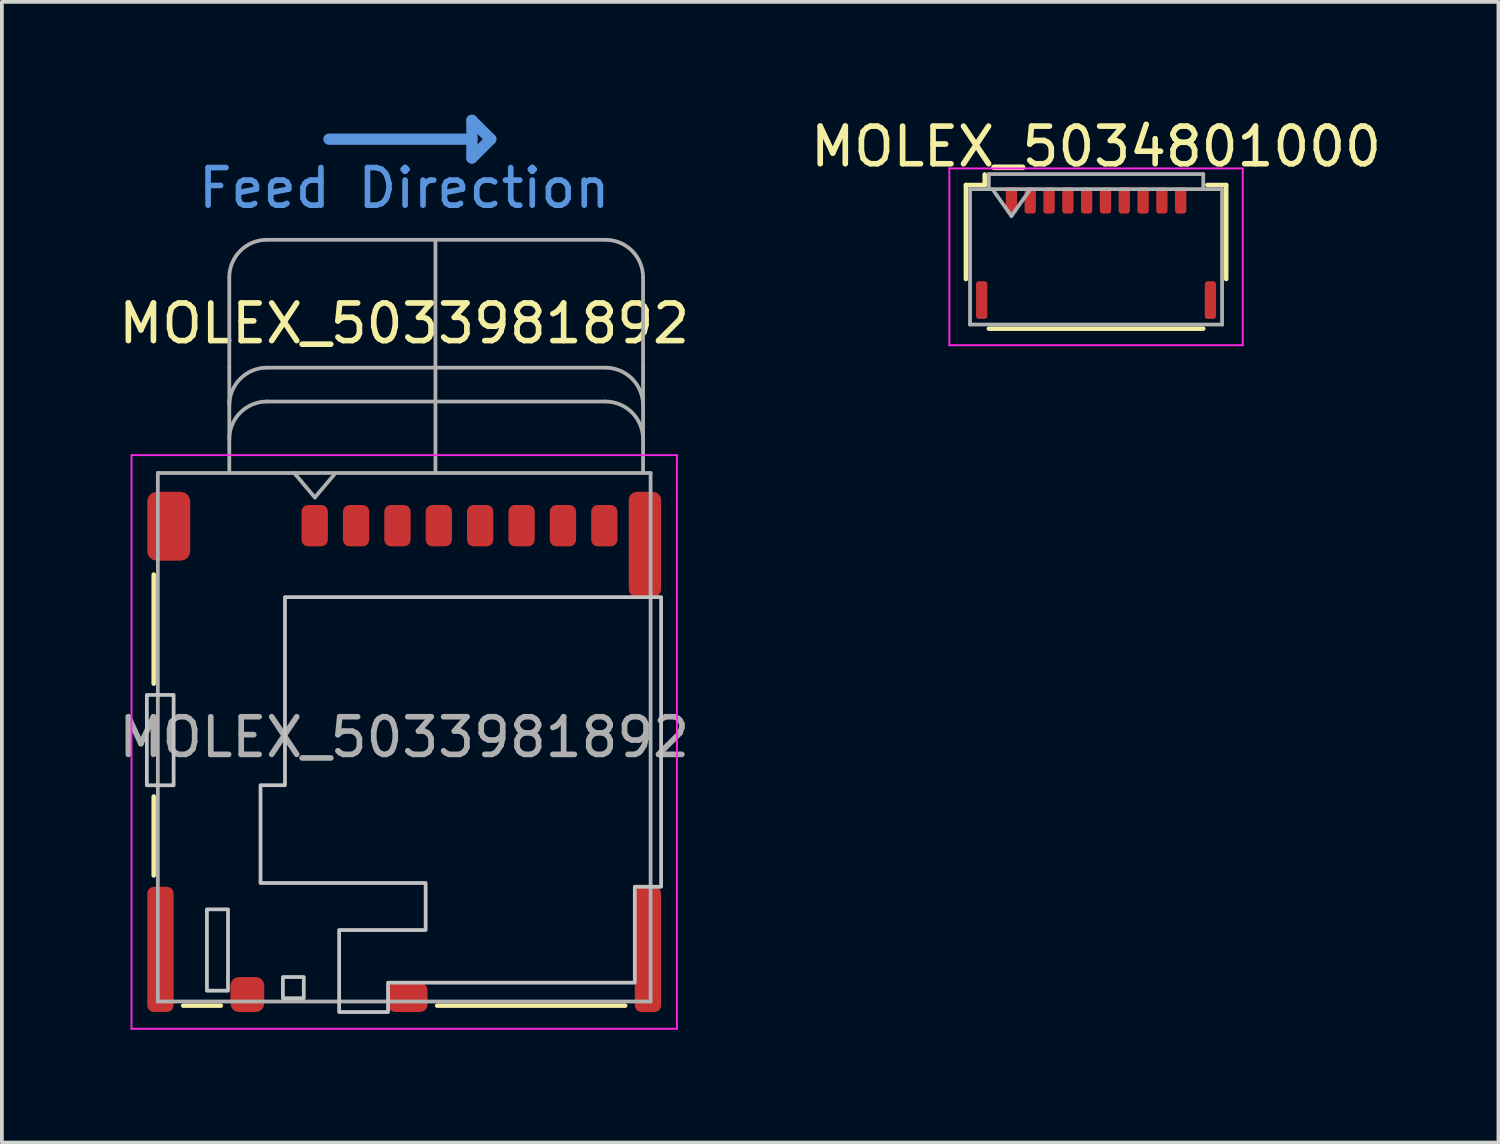
<source format=kicad_pcb>
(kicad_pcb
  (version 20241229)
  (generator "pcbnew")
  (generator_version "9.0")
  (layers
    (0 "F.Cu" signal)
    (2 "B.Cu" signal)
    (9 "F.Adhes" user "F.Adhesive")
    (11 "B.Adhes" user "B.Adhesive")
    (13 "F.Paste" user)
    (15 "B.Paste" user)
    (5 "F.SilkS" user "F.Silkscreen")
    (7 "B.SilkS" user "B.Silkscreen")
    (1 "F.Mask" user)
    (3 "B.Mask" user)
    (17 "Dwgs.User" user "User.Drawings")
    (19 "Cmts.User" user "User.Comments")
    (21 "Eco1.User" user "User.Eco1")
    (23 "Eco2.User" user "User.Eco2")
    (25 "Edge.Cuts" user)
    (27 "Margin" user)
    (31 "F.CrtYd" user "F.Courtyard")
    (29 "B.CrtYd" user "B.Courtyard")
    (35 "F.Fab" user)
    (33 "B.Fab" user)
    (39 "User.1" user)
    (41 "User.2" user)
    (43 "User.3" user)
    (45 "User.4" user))
  (footprint "MOLEX_5034801000"
    (layer "F.Cu")
    (at 26.089 3.778)
    (property "Reference" "MOLEX_5034801000" (at 0 -2.93 0) (unlocked yes) (layer "F.SilkS") (effects (font (size 1 1) (thickness 0.15))))
    (attr smd)
    (fp_line (start -3.46 -1.91) (end -3.46 0.59) (stroke (width 0.12) (type solid)) (layer "F.SilkS"))
    (fp_line (start -2.96 -1.91) (end -3.46 -1.91) (stroke (width 0.12) (type solid)) (layer "F.SilkS"))
    (fp_line (start -2.96 -1.91) (end -2.96 -2.19) (stroke (width 0.12) (type solid)) (layer "F.SilkS"))
    (fp_line (start -2.85 1.91) (end 2.85 1.91) (stroke (width 0.12) (type solid)) (layer "F.SilkS"))
    (fp_line (start 2.96 -1.91) (end 3.46 -1.91) (stroke (width 0.12) (type solid)) (layer "F.SilkS"))
    (fp_line (start 3.46 -1.91) (end 3.46 0.59) (stroke (width 0.12) (type solid)) (layer "F.SilkS"))
    (fp_line (start -3.9 -2.35) (end 3.9 -2.35) (stroke (width 0.05) (type solid)) (layer "F.CrtYd"))
    (fp_line (start -3.9 2.35) (end -3.9 -2.35) (stroke (width 0.05) (type solid)) (layer "F.CrtYd"))
    (fp_line (start -3.9 2.35) (end 3.9 2.35) (stroke (width 0.05) (type solid)) (layer "F.CrtYd"))
    (fp_line (start 3.9 2.35) (end 3.9 -2.35) (stroke (width 0.05) (type solid)) (layer "F.CrtYd"))
    (fp_line (start -3.35 -1.8) (end 3.35 -1.8) (stroke (width 0.1) (type solid)) (layer "F.Fab"))
    (fp_line (start -3.35 1.8) (end -3.35 -1.8) (stroke (width 0.1) (type solid)) (layer "F.Fab"))
    (fp_line (start -2.85 -2.2) (end 2.85 -2.2) (stroke (width 0.1) (type solid)) (layer "F.Fab"))
    (fp_line (start -2.85 -1.8) (end -2.85 -2.2) (stroke (width 0.1) (type solid)) (layer "F.Fab"))
    (fp_line (start -2.75 -1.794) (end -2.25 -1.086) (stroke (width 0.1) (type solid)) (layer "F.Fab"))
    (fp_line (start -2.25 -1.086) (end -1.75 -1.794) (stroke (width 0.1) (type solid)) (layer "F.Fab"))
    (fp_line (start 2.85 -2.2) (end 2.85 -1.8) (stroke (width 0.1) (type solid)) (layer "F.Fab"))
    (fp_line (start 3.35 -1.8) (end 3.35 1.8) (stroke (width 0.1) (type solid)) (layer "F.Fab"))
    (fp_line (start 3.35 1.8) (end -3.35 1.8) (stroke (width 0.1) (type solid)) (layer "F.Fab"))
    (pad "1" smd roundrect (at -2.25 -1.5) (size 0.3 0.7) (layers "F.Cu" "F.Mask" "F.Paste") (roundrect_rratio 0.25))
    (pad "2" smd roundrect (at -1.75 -1.5) (size 0.3 0.7) (layers "F.Cu" "F.Mask" "F.Paste") (roundrect_rratio 0.25))
    (pad "3" smd roundrect (at -1.25 -1.5) (size 0.3 0.7) (layers "F.Cu" "F.Mask" "F.Paste") (roundrect_rratio 0.25))
    (pad "4" smd roundrect (at -0.75 -1.5) (size 0.3 0.7) (layers "F.Cu" "F.Mask" "F.Paste") (roundrect_rratio 0.25))
    (pad "5" smd roundrect (at -0.25 -1.5) (size 0.3 0.7) (layers "F.Cu" "F.Mask" "F.Paste") (roundrect_rratio 0.25))
    (pad "6" smd roundrect (at 0.25 -1.5) (size 0.3 0.7) (layers "F.Cu" "F.Mask" "F.Paste") (roundrect_rratio 0.25))
    (pad "7" smd roundrect (at 0.75 -1.5) (size 0.3 0.7) (layers "F.Cu" "F.Mask" "F.Paste") (roundrect_rratio 0.25))
    (pad "8" smd roundrect (at 1.25 -1.5) (size 0.3 0.7) (layers "F.Cu" "F.Mask" "F.Paste") (roundrect_rratio 0.25))
    (pad "9" smd roundrect (at 1.75 -1.5) (size 0.3 0.7) (layers "F.Cu" "F.Mask" "F.Paste") (roundrect_rratio 0.25))
    (pad "10" smd roundrect (at 2.25 -1.5) (size 0.3 0.7) (layers "F.Cu" "F.Mask" "F.Paste") (roundrect_rratio 0.25))
    (pad "MP" smd roundrect (at -3.04 1.15) (size 0.3 1) (layers "F.Cu" "F.Mask" "F.Paste") (roundrect_rratio 0.25))
    (pad "MP" smd roundrect (at 3.04 1.15) (size 0.3 1) (layers "F.Cu" "F.Mask" "F.Paste") (roundrect_rratio 0.25)))
  (footprint "MOLEX_5033981892"
    (layer "F.Cu")
    (at 7.696 16.55)
    (property "Reference" "MOLEX_5033981892" (at 0 -11 0) (layer "F.SilkS") (effects (font (size 1 1) (thickness 0.15))))
    (attr smd)
    (fp_line (start -6.66 -4.325) (end -6.66 -1.425) (stroke (width 0.12) (type solid)) (layer "F.SilkS"))
    (fp_line (start -6.66 1.575) (end -6.66 3.675) (stroke (width 0.12) (type solid)) (layer "F.SilkS"))
    (fp_line (start -5.876 7.135) (end -4.875 7.135) (stroke (width 0.12) (type solid)) (layer "F.SilkS"))
    (fp_line (start 0.875 7.135) (end 5.875 7.135) (stroke (width 0.12) (type solid)) (layer "F.SilkS"))
    (fp_poly (pts (xy -6.842 -1.125) (xy -6.13 -1.125) (xy -6.13 1.277) (xy -6.842 1.277)) (stroke (width 0.1) (type solid)) (fill no) (layer "Dwgs.User"))
    (fp_poly (pts (xy -6.836 -1.125) (xy -6.13 -1.125) (xy -6.13 1.276) (xy -6.836 1.276)) (stroke (width 0.01) (type solid)) (fill no) (layer "Dwgs.User"))
    (fp_poly (pts (xy -5.245 4.575) (xy -4.685 4.575) (xy -4.685 6.738) (xy -5.245 6.738)) (stroke (width 0.1) (type solid)) (fill no) (layer "Dwgs.User"))
    (fp_poly (pts (xy -5.239 4.575) (xy -4.685 4.575) (xy -4.685 6.73) (xy -5.239 6.73)) (stroke (width 0.01) (type solid)) (fill no) (layer "Dwgs.User"))
    (fp_poly (pts (xy -3.225 6.375) (xy -2.67 6.375) (xy -2.67 6.937) (xy -3.225 6.937)) (stroke (width 0.1) (type solid)) (fill no) (layer "Dwgs.User"))
    (fp_poly (pts (xy -3.223 6.375) (xy -2.67 6.375) (xy -2.67 6.93) (xy -3.223 6.93)) (stroke (width 0.01) (type solid)) (fill no) (layer "Dwgs.User"))
    (fp_poly (pts (xy -3.17 -3.725) (xy -3.17 1.275) (xy -3.82 1.275) (xy -3.82 3.875) (xy 0.57 3.875) (xy 0.57 5.125) (xy -1.73 5.125) (xy -1.73 7.305) (xy -0.43 7.305) (xy -0.43 6.525) (xy 6.13 6.525) (xy 6.13 3.975) (xy 6.83 3.975) (xy 6.83 -3.725)) (stroke (width 0.0001) (type solid)) (fill no) (layer "Dwgs.User"))
    (fp_poly (pts (xy -3.17 -3.725) (xy -3.17 1.275) (xy -3.82 1.275) (xy -3.82 3.875) (xy 0.57 3.875) (xy 0.57 5.125) (xy -1.73 5.125) (xy -1.73 7.305) (xy -0.43 7.305) (xy -0.43 6.525) (xy 6.13 6.525) (xy 6.13 3.975) (xy 6.83 3.975) (xy 6.83 -3.725)) (stroke (width 0.1) (type solid)) (fill no) (layer "Dwgs.User"))
    (fp_line (start -2 -15.9) (end 1.8 -15.9) (stroke (width 0.3) (type solid)) (layer "Cmts.User"))
    (fp_line (start 1.8 -16.4) (end 1.8 -15.4) (stroke (width 0.3) (type solid)) (layer "Cmts.User"))
    (fp_line (start 2.3 -15.9) (end 1.8 -16.4) (stroke (width 0.3) (type solid)) (layer "Cmts.User"))
    (fp_line (start 2.3 -15.9) (end 1.8 -15.4) (stroke (width 0.3) (type solid)) (layer "Cmts.User"))
    (fp_line (start -7.25 -7.5) (end 7.25 -7.5) (stroke (width 0.05) (type solid)) (layer "F.CrtYd"))
    (fp_line (start -7.25 7.75) (end -7.25 -7.5) (stroke (width 0.05) (type solid)) (layer "F.CrtYd"))
    (fp_line (start 7.25 -7.5) (end 7.25 7.75) (stroke (width 0.05) (type solid)) (layer "F.CrtYd"))
    (fp_line (start 7.25 7.75) (end -7.25 7.75) (stroke (width 0.05) (type solid)) (layer "F.CrtYd"))
    (fp_line (start -6.55 -7.025) (end 6.55 -7.025) (stroke (width 0.1) (type solid)) (layer "F.Fab"))
    (fp_line (start -6.55 7.025) (end -6.55 -7.025) (stroke (width 0.1) (type solid)) (layer "F.Fab"))
    (fp_line (start -4.65 -9.825) (end -4.65 -12.225) (stroke (width 0.1) (type solid)) (layer "F.Fab"))
    (fp_line (start -4.65 -8.925) (end -4.65 -9.825) (stroke (width 0.1) (type solid)) (layer "F.Fab"))
    (fp_line (start -4.65 -7.025) (end -4.65 -8.925) (stroke (width 0.1) (type solid)) (layer "F.Fab"))
    (fp_line (start -3.65 -13.225) (end 5.35 -13.225) (stroke (width 0.1) (type solid)) (layer "F.Fab"))
    (fp_line (start -3.65 -9.825) (end 5.35 -9.825) (stroke (width 0.1) (type solid)) (layer "F.Fab"))
    (fp_line (start -3.65 -8.925) (end 5.35 -8.925) (stroke (width 0.1) (type solid)) (layer "F.Fab"))
    (fp_line (start -2.375 -6.375) (end -2.925 -7.025) (stroke (width 0.1) (type solid)) (layer "F.Fab"))
    (fp_line (start -1.825 -7.025) (end -2.375 -6.375) (stroke (width 0.1) (type solid)) (layer "F.Fab"))
    (fp_line (start 0.83 -7.03) (end 0.83 -13.225) (stroke (width 0.1) (type solid)) (layer "F.Fab"))
    (fp_line (start 6.35 -12.225) (end 6.35 -9.825) (stroke (width 0.1) (type solid)) (layer "F.Fab"))
    (fp_line (start 6.35 -9.825) (end 6.35 -8.925) (stroke (width 0.1) (type solid)) (layer "F.Fab"))
    (fp_line (start 6.35 -8.925) (end 6.35 -7.025) (stroke (width 0.1) (type solid)) (layer "F.Fab"))
    (fp_line (start 6.55 -7.025) (end 6.55 7.025) (stroke (width 0.1) (type solid)) (layer "F.Fab"))
    (fp_line (start 6.55 7.025) (end -6.55 7.025) (stroke (width 0.1) (type solid)) (layer "F.Fab"))
    (fp_arc (start -4.65 -12.225) (mid -4.357107 -12.932107) (end -3.65 -13.225) (stroke (width 0.1) (type solid)) (layer "F.Fab"))
    (fp_arc (start -4.65 -8.825) (mid -4.357107 -9.532107) (end -3.65 -9.825) (stroke (width 0.1) (type solid)) (layer "F.Fab"))
    (fp_arc (start -4.65 -7.925) (mid -4.357107 -8.632107) (end -3.65 -8.925) (stroke (width 0.1) (type solid)) (layer "F.Fab"))
    (fp_arc (start 5.35 -13.225) (mid 6.057107 -12.932107) (end 6.35 -12.225) (stroke (width 0.1) (type solid)) (layer "F.Fab"))
    (fp_arc (start 5.35 -9.825) (mid 6.057107 -9.532107) (end 6.35 -8.825) (stroke (width 0.1) (type solid)) (layer "F.Fab"))
    (fp_arc (start 5.35 -8.925) (mid 6.057107 -8.632107) (end 6.35 -7.925) (stroke (width 0.1) (type solid)) (layer "F.Fab"))
    (fp_text user "Feed Direction" (at 0 -14.6 0) (layer "Cmts.User") (effects (font (size 1 1) (thickness 0.15))))
    (fp_text user "${REFERENCE}" (at 0 0 0) (layer "F.Fab") (effects (font (size 1 1) (thickness 0.15))))
    (pad "1" smd roundrect (at -2.38 -5.625) (size 0.7 1.1) (layers "F.Cu" "F.Mask" "F.Paste") (roundrect_rratio 0.25))
    (pad "2" smd roundrect (at -1.28 -5.625) (size 0.7 1.1) (layers "F.Cu" "F.Mask" "F.Paste") (roundrect_rratio 0.25))
    (pad "3" smd roundrect (at -0.18 -5.625) (size 0.7 1.1) (layers "F.Cu" "F.Mask" "F.Paste") (roundrect_rratio 0.25))
    (pad "4" smd roundrect (at 0.92 -5.625) (size 0.7 1.1) (layers "F.Cu" "F.Mask" "F.Paste") (roundrect_rratio 0.25))
    (pad "5" smd roundrect (at 2.02 -5.625) (size 0.7 1.1) (layers "F.Cu" "F.Mask" "F.Paste") (roundrect_rratio 0.25))
    (pad "6" smd roundrect (at 3.12 -5.625) (size 0.7 1.1) (layers "F.Cu" "F.Mask" "F.Paste") (roundrect_rratio 0.25))
    (pad "7" smd roundrect (at 4.22 -5.625) (size 0.7 1.1) (layers "F.Cu" "F.Mask" "F.Paste") (roundrect_rratio 0.25))
    (pad "8" smd roundrect (at 5.32 -5.625) (size 0.7 1.1) (layers "F.Cu" "F.Mask" "F.Paste") (roundrect_rratio 0.25))
    (pad "9" smd roundrect (at -4.17 6.84) (size 0.9 0.93) (layers "F.Cu" "F.Mask" "F.Paste") (roundrect_rratio 0.25))
    (pad "10" smd roundrect (at 0.095 6.915) (size 1.05 0.78) (layers "F.Cu" "F.Mask" "F.Paste") (roundrect_rratio 0.25))
    (pad "11" smd roundrect (at -6.48 5.64) (size 0.7 3.33) (layers "F.Cu" "F.Mask" "F.Paste") (roundrect_rratio 0.25))
    (pad "11" smd roundrect (at -6.26 -5.61) (size 1.14 1.83) (layers "F.Cu" "F.Mask" "F.Paste") (roundrect_rratio 0.219))
    (pad "11" smd roundrect (at 6.4 -5.125) (size 0.86 2.8) (layers "F.Cu" "F.Mask" "F.Paste") (roundrect_rratio 0.25))
    (pad "11" smd roundrect (at 6.48 5.64) (size 0.7 3.33) (layers "F.Cu" "F.Mask" "F.Paste") (roundrect_rratio 0.25)))
  (gr_rect
    (start -3 -3)
    (end 36.786 27.325)
    (stroke (width 0.1) (type default))
    (fill no)
    (layer "Edge.Cuts")))
</source>
